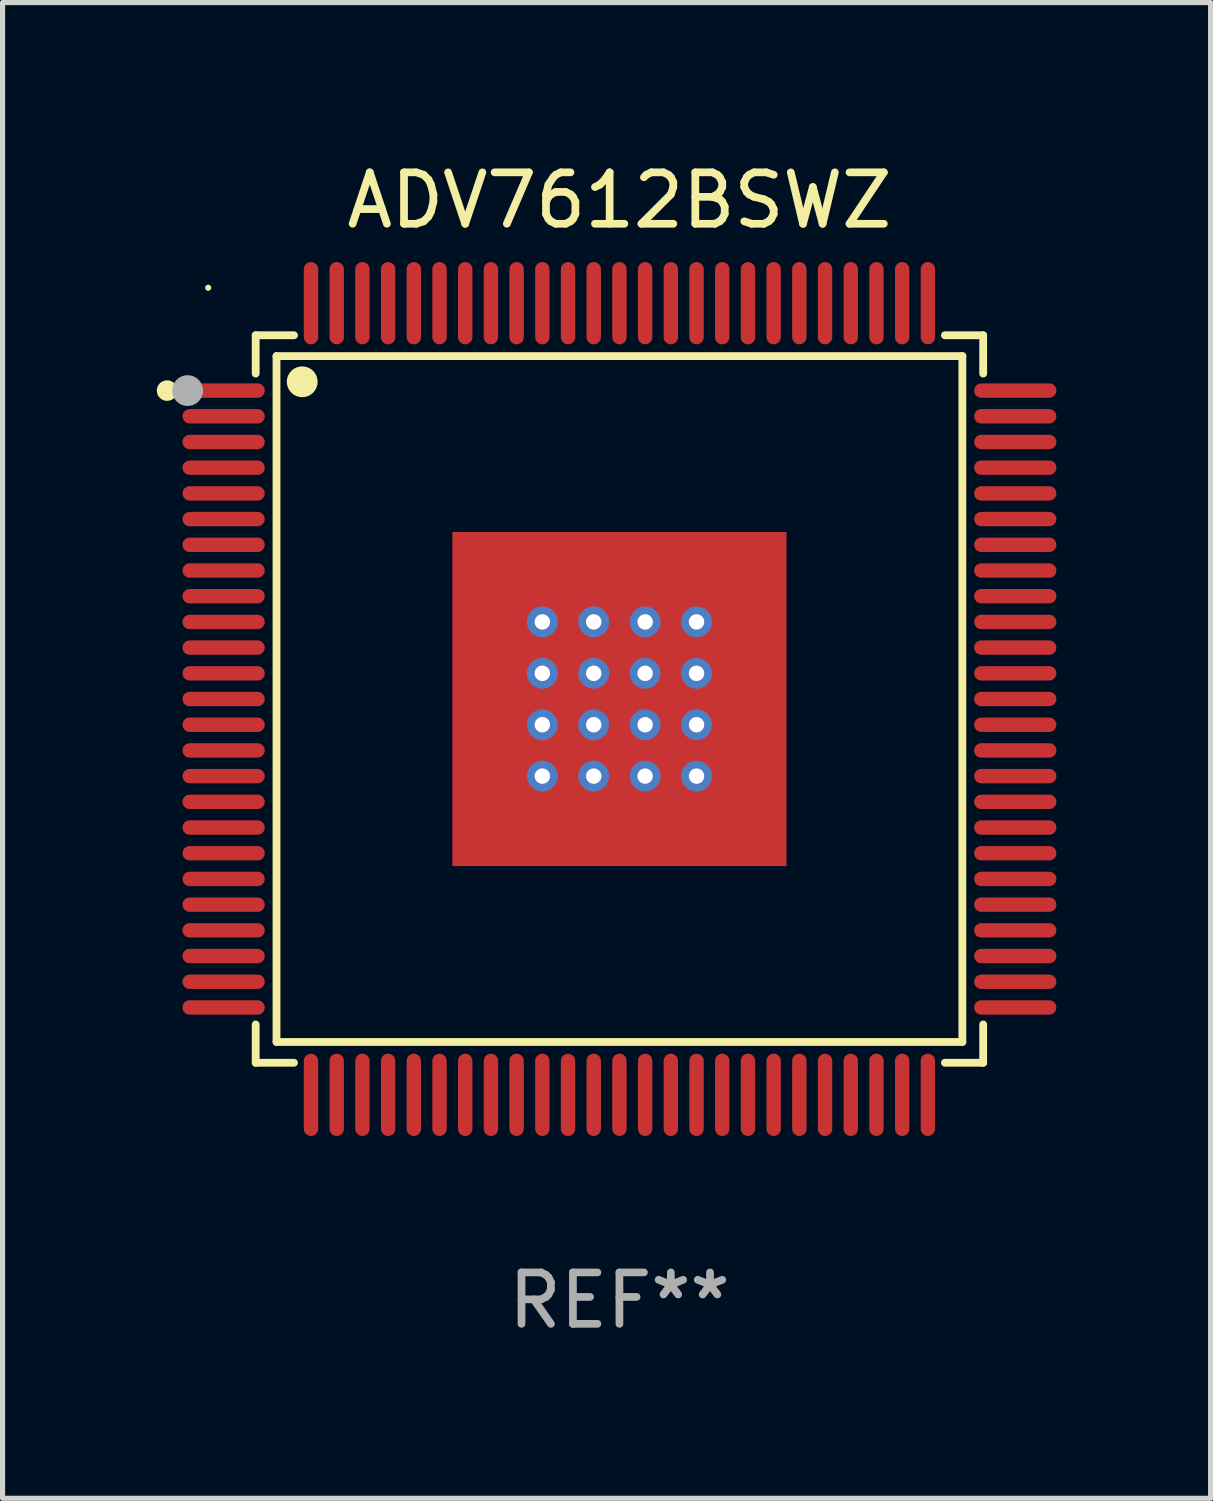
<source format=kicad_pcb>
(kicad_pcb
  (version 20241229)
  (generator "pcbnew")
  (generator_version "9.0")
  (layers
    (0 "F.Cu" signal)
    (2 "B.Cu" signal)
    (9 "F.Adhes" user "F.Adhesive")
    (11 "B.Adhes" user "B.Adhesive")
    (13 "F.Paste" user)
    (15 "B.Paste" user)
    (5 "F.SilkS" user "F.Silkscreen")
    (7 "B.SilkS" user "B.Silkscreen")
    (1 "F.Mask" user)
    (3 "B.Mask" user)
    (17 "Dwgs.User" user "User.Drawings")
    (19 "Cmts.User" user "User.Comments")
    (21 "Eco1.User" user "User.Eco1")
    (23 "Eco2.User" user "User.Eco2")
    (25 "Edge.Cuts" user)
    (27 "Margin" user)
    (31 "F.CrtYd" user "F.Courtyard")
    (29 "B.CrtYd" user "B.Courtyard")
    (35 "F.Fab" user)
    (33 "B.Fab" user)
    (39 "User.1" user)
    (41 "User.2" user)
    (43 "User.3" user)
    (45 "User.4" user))
  (footprint "ADV7612BSWZ"
    (layer "F.Cu")
    (at 9 10.548)
    (property "Reference" "ADV7612BSWZ" (at 0 -9.7 0) (layer "F.SilkS") (effects (font (size 1 1) (thickness 0.15))))
    (attr through_hole)
    (fp_line (start -7.076 -7.076) (end -7.076 -6.331) (stroke (width 0.152) (type solid)) (layer "F.SilkS"))
    (fp_line (start -7.076 7.076) (end -7.076 6.331) (stroke (width 0.152) (type solid)) (layer "F.SilkS"))
    (fp_line (start -6.671 -6.671) (end 6.671 -6.671) (stroke (width 0.152) (type solid)) (layer "F.SilkS"))
    (fp_line (start -6.671 6.671) (end -6.671 -6.671) (stroke (width 0.152) (type solid)) (layer "F.SilkS"))
    (fp_line (start -6.331 -7.076) (end -7.076 -7.076) (stroke (width 0.152) (type solid)) (layer "F.SilkS"))
    (fp_line (start -6.331 7.076) (end -7.076 7.076) (stroke (width 0.152) (type solid)) (layer "F.SilkS"))
    (fp_line (start 6.331 -7.076) (end 7.076 -7.076) (stroke (width 0.152) (type solid)) (layer "F.SilkS"))
    (fp_line (start 6.331 7.076) (end 7.076 7.076) (stroke (width 0.152) (type solid)) (layer "F.SilkS"))
    (fp_line (start 6.671 -6.671) (end 6.671 6.671) (stroke (width 0.152) (type solid)) (layer "F.SilkS"))
    (fp_line (start 6.671 6.671) (end -6.671 6.671) (stroke (width 0.152) (type solid)) (layer "F.SilkS"))
    (fp_line (start 7.076 -7.076) (end 7.076 -6.331) (stroke (width 0.152) (type solid)) (layer "F.SilkS"))
    (fp_line (start 7.076 7.076) (end 7.076 6.331) (stroke (width 0.152) (type solid)) (layer "F.SilkS"))
    (fp_circle (center -8.8 -6) (end -8.7 -6) (stroke (width 0.2) (type solid)) (fill no) (layer "F.SilkS"))
    (fp_circle (center -8 -8) (end -7.97 -8) (stroke (width 0.06) (type solid)) (fill no) (layer "F.SilkS"))
    (fp_circle (center -6.171 -6.171) (end -6.021 -6.171) (stroke (width 0.3) (type solid)) (fill no) (layer "F.SilkS"))
    (fp_circle (center -8.4 -6) (end -8.25 -6) (stroke (width 0.3) (type solid)) (fill no) (layer "F.Fab"))
    (fp_text user "REF**" (at 0 11.7 0) (layer "F.Fab") (effects (font (size 1 1) (thickness 0.15))))
    (pad "1" smd oval (at -7.7 -6 270) (size 0.28 1.6) (layers "F.Cu" "F.Mask" "F.Paste"))
    (pad "2" smd oval (at -7.7 -5.5 270) (size 0.28 1.6) (layers "F.Cu" "F.Mask" "F.Paste"))
    (pad "3" smd oval (at -7.7 -5 270) (size 0.28 1.6) (layers "F.Cu" "F.Mask" "F.Paste"))
    (pad "4" smd oval (at -7.7 -4.5 270) (size 0.28 1.6) (layers "F.Cu" "F.Mask" "F.Paste"))
    (pad "5" smd oval (at -7.7 -4 270) (size 0.28 1.6) (layers "F.Cu" "F.Mask" "F.Paste"))
    (pad "6" smd oval (at -7.7 -3.5 270) (size 0.28 1.6) (layers "F.Cu" "F.Mask" "F.Paste"))
    (pad "7" smd oval (at -7.7 -3 270) (size 0.28 1.6) (layers "F.Cu" "F.Mask" "F.Paste"))
    (pad "8" smd oval (at -7.7 -2.5 270) (size 0.28 1.6) (layers "F.Cu" "F.Mask" "F.Paste"))
    (pad "9" smd oval (at -7.7 -2 270) (size 0.28 1.6) (layers "F.Cu" "F.Mask" "F.Paste"))
    (pad "10" smd oval (at -7.7 -1.5 270) (size 0.28 1.6) (layers "F.Cu" "F.Mask" "F.Paste"))
    (pad "11" smd oval (at -7.7 -1 270) (size 0.28 1.6) (layers "F.Cu" "F.Mask" "F.Paste"))
    (pad "12" smd oval (at -7.7 -0.5 270) (size 0.28 1.6) (layers "F.Cu" "F.Mask" "F.Paste"))
    (pad "13" smd oval (at -7.7 0 270) (size 0.28 1.6) (layers "F.Cu" "F.Mask" "F.Paste"))
    (pad "14" smd oval (at -7.7 0.5 270) (size 0.28 1.6) (layers "F.Cu" "F.Mask" "F.Paste"))
    (pad "15" smd oval (at -7.7 1 270) (size 0.28 1.6) (layers "F.Cu" "F.Mask" "F.Paste"))
    (pad "16" smd oval (at -7.7 1.5 270) (size 0.28 1.6) (layers "F.Cu" "F.Mask" "F.Paste"))
    (pad "17" smd oval (at -7.7 2 270) (size 0.28 1.6) (layers "F.Cu" "F.Mask" "F.Paste"))
    (pad "18" smd oval (at -7.7 2.5 270) (size 0.28 1.6) (layers "F.Cu" "F.Mask" "F.Paste"))
    (pad "19" smd oval (at -7.7 3 270) (size 0.28 1.6) (layers "F.Cu" "F.Mask" "F.Paste"))
    (pad "20" smd oval (at -7.7 3.5 270) (size 0.28 1.6) (layers "F.Cu" "F.Mask" "F.Paste"))
    (pad "21" smd oval (at -7.7 4 270) (size 0.28 1.6) (layers "F.Cu" "F.Mask" "F.Paste"))
    (pad "22" smd oval (at -7.7 4.5 270) (size 0.28 1.6) (layers "F.Cu" "F.Mask" "F.Paste"))
    (pad "23" smd oval (at -7.7 5 270) (size 0.28 1.6) (layers "F.Cu" "F.Mask" "F.Paste"))
    (pad "24" smd oval (at -7.7 5.5 270) (size 0.28 1.6) (layers "F.Cu" "F.Mask" "F.Paste"))
    (pad "25" smd oval (at -7.7 6 270) (size 0.28 1.6) (layers "F.Cu" "F.Mask" "F.Paste"))
    (pad "26" smd oval (at -6 7.7 270) (size 1.6 0.28) (layers "F.Cu" "F.Mask" "F.Paste"))
    (pad "27" smd oval (at -5.5 7.7 270) (size 1.6 0.28) (layers "F.Cu" "F.Mask" "F.Paste"))
    (pad "28" smd oval (at -5 7.7 270) (size 1.6 0.28) (layers "F.Cu" "F.Mask" "F.Paste"))
    (pad "29" smd oval (at -4.5 7.7 270) (size 1.6 0.28) (layers "F.Cu" "F.Mask" "F.Paste"))
    (pad "30" smd oval (at -4 7.7 270) (size 1.6 0.28) (layers "F.Cu" "F.Mask" "F.Paste"))
    (pad "31" smd oval (at -3.5 7.7 270) (size 1.6 0.28) (layers "F.Cu" "F.Mask" "F.Paste"))
    (pad "32" smd oval (at -3 7.7 270) (size 1.6 0.28) (layers "F.Cu" "F.Mask" "F.Paste"))
    (pad "33" smd oval (at -2.5 7.7 270) (size 1.6 0.28) (layers "F.Cu" "F.Mask" "F.Paste"))
    (pad "34" smd oval (at -2 7.7 270) (size 1.6 0.28) (layers "F.Cu" "F.Mask" "F.Paste"))
    (pad "35" smd oval (at -1.5 7.7 270) (size 1.6 0.28) (layers "F.Cu" "F.Mask" "F.Paste"))
    (pad "36" smd oval (at -1 7.7 270) (size 1.6 0.28) (layers "F.Cu" "F.Mask" "F.Paste"))
    (pad "37" smd oval (at -0.5 7.7 270) (size 1.6 0.28) (layers "F.Cu" "F.Mask" "F.Paste"))
    (pad "38" smd oval (at 0 7.7 270) (size 1.6 0.28) (layers "F.Cu" "F.Mask" "F.Paste"))
    (pad "39" smd oval (at 0.5 7.7 270) (size 1.6 0.28) (layers "F.Cu" "F.Mask" "F.Paste"))
    (pad "40" smd oval (at 1 7.7 270) (size 1.6 0.28) (layers "F.Cu" "F.Mask" "F.Paste"))
    (pad "41" smd oval (at 1.5 7.7 270) (size 1.6 0.28) (layers "F.Cu" "F.Mask" "F.Paste"))
    (pad "42" smd oval (at 2 7.7 270) (size 1.6 0.28) (layers "F.Cu" "F.Mask" "F.Paste"))
    (pad "43" smd oval (at 2.5 7.7 270) (size 1.6 0.28) (layers "F.Cu" "F.Mask" "F.Paste"))
    (pad "44" smd oval (at 3 7.7 270) (size 1.6 0.28) (layers "F.Cu" "F.Mask" "F.Paste"))
    (pad "45" smd oval (at 3.5 7.7 270) (size 1.6 0.28) (layers "F.Cu" "F.Mask" "F.Paste"))
    (pad "46" smd oval (at 4 7.7 270) (size 1.6 0.28) (layers "F.Cu" "F.Mask" "F.Paste"))
    (pad "47" smd oval (at 4.5 7.7 270) (size 1.6 0.28) (layers "F.Cu" "F.Mask" "F.Paste"))
    (pad "48" smd oval (at 5 7.7 270) (size 1.6 0.28) (layers "F.Cu" "F.Mask" "F.Paste"))
    (pad "49" smd oval (at 5.5 7.7 270) (size 1.6 0.28) (layers "F.Cu" "F.Mask" "F.Paste"))
    (pad "50" smd oval (at 6 7.7 270) (size 1.6 0.28) (layers "F.Cu" "F.Mask" "F.Paste"))
    (pad "51" smd oval (at 7.7 6 270) (size 0.28 1.6) (layers "F.Cu" "F.Mask" "F.Paste"))
    (pad "52" smd oval (at 7.7 5.5 270) (size 0.28 1.6) (layers "F.Cu" "F.Mask" "F.Paste"))
    (pad "53" smd oval (at 7.7 5 270) (size 0.28 1.6) (layers "F.Cu" "F.Mask" "F.Paste"))
    (pad "54" smd oval (at 7.7 4.5 270) (size 0.28 1.6) (layers "F.Cu" "F.Mask" "F.Paste"))
    (pad "55" smd oval (at 7.7 4 270) (size 0.28 1.6) (layers "F.Cu" "F.Mask" "F.Paste"))
    (pad "56" smd oval (at 7.7 3.5 270) (size 0.28 1.6) (layers "F.Cu" "F.Mask" "F.Paste"))
    (pad "57" smd oval (at 7.7 3 270) (size 0.28 1.6) (layers "F.Cu" "F.Mask" "F.Paste"))
    (pad "58" smd oval (at 7.7 2.5 270) (size 0.28 1.6) (layers "F.Cu" "F.Mask" "F.Paste"))
    (pad "59" smd oval (at 7.7 2 270) (size 0.28 1.6) (layers "F.Cu" "F.Mask" "F.Paste"))
    (pad "60" smd oval (at 7.7 1.5 270) (size 0.28 1.6) (layers "F.Cu" "F.Mask" "F.Paste"))
    (pad "61" smd oval (at 7.7 1 270) (size 0.28 1.6) (layers "F.Cu" "F.Mask" "F.Paste"))
    (pad "62" smd oval (at 7.7 0.5 270) (size 0.28 1.6) (layers "F.Cu" "F.Mask" "F.Paste"))
    (pad "63" smd oval (at 7.7 0 270) (size 0.28 1.6) (layers "F.Cu" "F.Mask" "F.Paste"))
    (pad "64" smd oval (at 7.7 -0.5 270) (size 0.28 1.6) (layers "F.Cu" "F.Mask" "F.Paste"))
    (pad "65" smd oval (at 7.7 -1 270) (size 0.28 1.6) (layers "F.Cu" "F.Mask" "F.Paste"))
    (pad "66" smd oval (at 7.7 -1.5 270) (size 0.28 1.6) (layers "F.Cu" "F.Mask" "F.Paste"))
    (pad "67" smd oval (at 7.7 -2 270) (size 0.28 1.6) (layers "F.Cu" "F.Mask" "F.Paste"))
    (pad "68" smd oval (at 7.7 -2.5 270) (size 0.28 1.6) (layers "F.Cu" "F.Mask" "F.Paste"))
    (pad "69" smd oval (at 7.7 -3 270) (size 0.28 1.6) (layers "F.Cu" "F.Mask" "F.Paste"))
    (pad "70" smd oval (at 7.7 -3.5 270) (size 0.28 1.6) (layers "F.Cu" "F.Mask" "F.Paste"))
    (pad "71" smd oval (at 7.7 -4 270) (size 0.28 1.6) (layers "F.Cu" "F.Mask" "F.Paste"))
    (pad "72" smd oval (at 7.7 -4.5 270) (size 0.28 1.6) (layers "F.Cu" "F.Mask" "F.Paste"))
    (pad "73" smd oval (at 7.7 -5 270) (size 0.28 1.6) (layers "F.Cu" "F.Mask" "F.Paste"))
    (pad "74" smd oval (at 7.7 -5.5 270) (size 0.28 1.6) (layers "F.Cu" "F.Mask" "F.Paste"))
    (pad "75" smd oval (at 7.7 -6 270) (size 0.28 1.6) (layers "F.Cu" "F.Mask" "F.Paste"))
    (pad "76" smd oval (at 6 -7.7 270) (size 1.6 0.28) (layers "F.Cu" "F.Mask" "F.Paste"))
    (pad "77" smd oval (at 5.5 -7.7 270) (size 1.6 0.28) (layers "F.Cu" "F.Mask" "F.Paste"))
    (pad "78" smd oval (at 5 -7.7 270) (size 1.6 0.28) (layers "F.Cu" "F.Mask" "F.Paste"))
    (pad "79" smd oval (at 4.5 -7.7 270) (size 1.6 0.28) (layers "F.Cu" "F.Mask" "F.Paste"))
    (pad "80" smd oval (at 4 -7.7 270) (size 1.6 0.28) (layers "F.Cu" "F.Mask" "F.Paste"))
    (pad "81" smd oval (at 3.5 -7.7 270) (size 1.6 0.28) (layers "F.Cu" "F.Mask" "F.Paste"))
    (pad "82" smd oval (at 3 -7.7 270) (size 1.6 0.28) (layers "F.Cu" "F.Mask" "F.Paste"))
    (pad "83" smd oval (at 2.5 -7.7 270) (size 1.6 0.28) (layers "F.Cu" "F.Mask" "F.Paste"))
    (pad "84" smd oval (at 2 -7.7 270) (size 1.6 0.28) (layers "F.Cu" "F.Mask" "F.Paste"))
    (pad "85" smd oval (at 1.5 -7.7 270) (size 1.6 0.28) (layers "F.Cu" "F.Mask" "F.Paste"))
    (pad "86" smd oval (at 1 -7.7 270) (size 1.6 0.28) (layers "F.Cu" "F.Mask" "F.Paste"))
    (pad "87" smd oval (at 0.5 -7.7 270) (size 1.6 0.28) (layers "F.Cu" "F.Mask" "F.Paste"))
    (pad "88" smd oval (at 0 -7.7 270) (size 1.6 0.28) (layers "F.Cu" "F.Mask" "F.Paste"))
    (pad "89" smd oval (at -0.5 -7.7 270) (size 1.6 0.28) (layers "F.Cu" "F.Mask" "F.Paste"))
    (pad "90" smd oval (at -1 -7.7 270) (size 1.6 0.28) (layers "F.Cu" "F.Mask" "F.Paste"))
    (pad "91" smd oval (at -1.5 -7.7 270) (size 1.6 0.28) (layers "F.Cu" "F.Mask" "F.Paste"))
    (pad "92" smd oval (at -2 -7.7 270) (size 1.6 0.28) (layers "F.Cu" "F.Mask" "F.Paste"))
    (pad "93" smd oval (at -2.5 -7.7 270) (size 1.6 0.28) (layers "F.Cu" "F.Mask" "F.Paste"))
    (pad "94" smd oval (at -3 -7.7 270) (size 1.6 0.28) (layers "F.Cu" "F.Mask" "F.Paste"))
    (pad "95" smd oval (at -3.5 -7.7 270) (size 1.6 0.28) (layers "F.Cu" "F.Mask" "F.Paste"))
    (pad "96" smd oval (at -4 -7.7 270) (size 1.6 0.28) (layers "F.Cu" "F.Mask" "F.Paste"))
    (pad "97" smd oval (at -4.5 -7.7 270) (size 1.6 0.28) (layers "F.Cu" "F.Mask" "F.Paste"))
    (pad "98" smd oval (at -5 -7.7 270) (size 1.6 0.28) (layers "F.Cu" "F.Mask" "F.Paste"))
    (pad "99" smd oval (at -5.5 -7.7 270) (size 1.6 0.28) (layers "F.Cu" "F.Mask" "F.Paste"))
    (pad "100" smd oval (at -6 -7.7 270) (size 1.6 0.28) (layers "F.Cu" "F.Mask" "F.Paste"))
    (pad "101" thru_hole circle (at -1.5 -1.5) (size 0.6 0.6) (drill 0.3) (layers "*.Cu" "*.Mask"))
    (pad "101" thru_hole circle (at -1.5 -0.5) (size 0.6 0.6) (drill 0.3) (layers "*.Cu" "*.Mask"))
    (pad "101" thru_hole circle (at -1.5 0.5) (size 0.6 0.6) (drill 0.3) (layers "*.Cu" "*.Mask"))
    (pad "101" thru_hole circle (at -1.5 1.5) (size 0.6 0.6) (drill 0.3) (layers "*.Cu" "*.Mask"))
    (pad "101" thru_hole circle (at -0.5 -1.5) (size 0.6 0.6) (drill 0.3) (layers "*.Cu" "*.Mask"))
    (pad "101" thru_hole circle (at -0.5 -0.5) (size 0.6 0.6) (drill 0.3) (layers "*.Cu" "*.Mask"))
    (pad "101" thru_hole circle (at -0.5 0.5) (size 0.6 0.6) (drill 0.3) (layers "*.Cu" "*.Mask"))
    (pad "101" thru_hole circle (at -0.5 1.5) (size 0.6 0.6) (drill 0.3) (layers "*.Cu" "*.Mask"))
    (pad "101" smd rect (at 0 0) (size 6.5 6.5) (layers "F.Cu" "F.Mask" "F.Paste"))
    (pad "101" thru_hole circle (at 0.5 -1.5) (size 0.6 0.6) (drill 0.3) (layers "*.Cu" "*.Mask"))
    (pad "101" thru_hole circle (at 0.5 -0.5) (size 0.6 0.6) (drill 0.3) (layers "*.Cu" "*.Mask"))
    (pad "101" thru_hole circle (at 0.5 0.5) (size 0.6 0.6) (drill 0.3) (layers "*.Cu" "*.Mask"))
    (pad "101" thru_hole circle (at 0.5 1.5) (size 0.6 0.6) (drill 0.3) (layers "*.Cu" "*.Mask"))
    (pad "101" thru_hole circle (at 1.5 -1.5) (size 0.6 0.6) (drill 0.3) (layers "*.Cu" "*.Mask"))
    (pad "101" thru_hole circle (at 1.5 -0.5) (size 0.6 0.6) (drill 0.3) (layers "*.Cu" "*.Mask"))
    (pad "101" thru_hole circle (at 1.5 0.5) (size 0.6 0.6) (drill 0.3) (layers "*.Cu" "*.Mask"))
    (pad "101" thru_hole circle (at 1.5 1.5) (size 0.6 0.6) (drill 0.3) (layers "*.Cu" "*.Mask")))
  (gr_rect
    (start -3 -3)
    (end 20.5 26.097)
    (stroke (width 0.1) (type default))
    (fill no)
    (layer "Edge.Cuts")))
</source>
